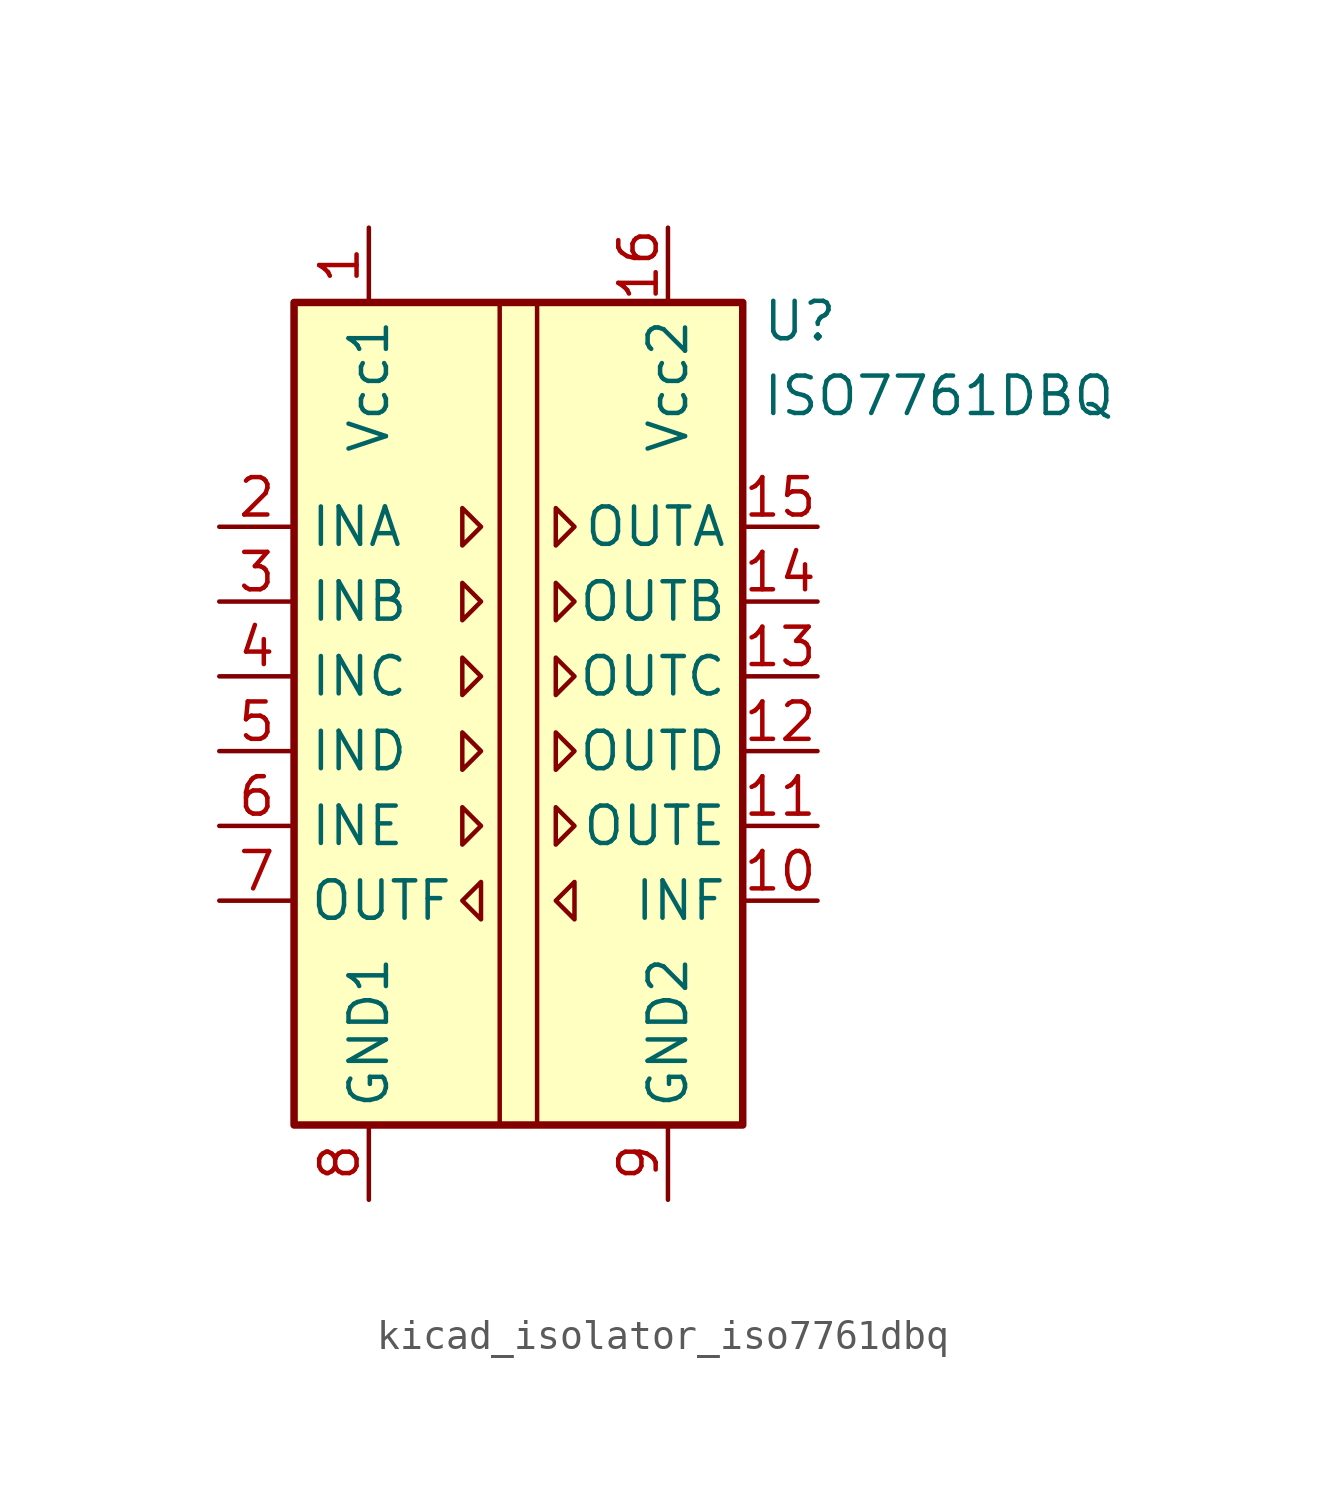
<source format=kicad_sym>
(kicad_symbol_lib
  (version 20220914)
  (generator kicad_symbol_editor)
  (symbol "kicad_isolator_iso7761dbq"
    (property "Reference" "U"
      (at 8.255 14.605 0)
      (effects (font (size 1.27 1.27)) (justify left)))
    (property "Value" "ISO7761DBQ"
      (at 8.255 12.065 0)
      (effects (font (size 1.27 1.27)) (justify left)))
    (symbol "kicad_isolator_iso7761dbq_0_1"
      (rectangle (start -7.62 15.24) (end 7.62 -12.7) (stroke (width 0.254) (type default)) (fill (type background)))
      (polyline (pts (xy -0.635 15.24) (xy -0.635 -12.7)) (stroke (width 0) (type default)) (fill (type none)))
      (polyline (pts (xy 0.635 15.24) (xy 0.635 -12.7)) (stroke (width 0) (type default)) (fill (type none)))
      (polyline (pts (xy -1.905 8.255) (xy -1.27 7.62) (xy -1.905 6.985) (xy -1.905 8.255)) (stroke (width 0) (type default)) (fill (type none)))
      (polyline (pts (xy 1.27 8.255) (xy 1.905 7.62) (xy 1.27 6.985) (xy 1.27 8.255)) (stroke (width 0) (type default)) (fill (type none))))
    (symbol "kicad_isolator_iso7761dbq_1_1"
      (polyline (pts (xy -1.905 -1.905) (xy -1.27 -2.54) (xy -1.905 -3.175) (xy -1.905 -1.905)) (stroke (width 0) (type default)) (fill (type none)))
      (polyline (pts (xy -1.905 0.635) (xy -1.27 0) (xy -1.905 -0.635) (xy -1.905 0.635)) (stroke (width 0) (type default)) (fill (type none)))
      (polyline (pts (xy -1.905 3.175) (xy -1.27 2.54) (xy -1.905 1.905) (xy -1.905 3.175)) (stroke (width 0) (type default)) (fill (type none)))
      (polyline (pts (xy -1.905 5.715) (xy -1.27 5.08) (xy -1.905 4.445) (xy -1.905 5.715)) (stroke (width 0) (type default)) (fill (type none)))
      (polyline (pts (xy -1.27 -4.445) (xy -1.905 -5.08) (xy -1.27 -5.715) (xy -1.27 -4.445)) (stroke (width 0) (type default)) (fill (type none)))
      (polyline (pts (xy 1.27 -1.905) (xy 1.905 -2.54) (xy 1.27 -3.175) (xy 1.27 -1.905)) (stroke (width 0) (type default)) (fill (type none)))
      (polyline (pts (xy 1.27 0.635) (xy 1.905 0) (xy 1.27 -0.635) (xy 1.27 0.635)) (stroke (width 0) (type default)) (fill (type none)))
      (polyline (pts (xy 1.27 3.175) (xy 1.905 2.54) (xy 1.27 1.905) (xy 1.27 3.175)) (stroke (width 0) (type default)) (fill (type none)))
      (polyline (pts (xy 1.27 5.715) (xy 1.905 5.08) (xy 1.27 4.445) (xy 1.27 5.715)) (stroke (width 0) (type default)) (fill (type none)))
      (polyline (pts (xy 1.905 -4.445) (xy 1.27 -5.08) (xy 1.905 -5.715) (xy 1.905 -4.445)) (stroke (width 0) (type default)) (fill (type none)))
      (pin power_in line (at -5.08 17.78 270) (length 2.54) (name "Vcc1" (effects (font (size 1.27 1.27)))) (number "1" (effects (font (size 1.27 1.27)))))
      (pin input line (at 10.16 -5.08 180) (length 2.54) (name "INF" (effects (font (size 1.27 1.27)))) (number "10" (effects (font (size 1.27 1.27)))))
      (pin output line (at 10.16 -2.54 180) (length 2.54) (name "OUTE" (effects (font (size 1.27 1.27)))) (number "11" (effects (font (size 1.27 1.27)))))
      (pin output line (at 10.16 0 180) (length 2.54) (name "OUTD" (effects (font (size 1.27 1.27)))) (number "12" (effects (font (size 1.27 1.27)))))
      (pin output line (at 10.16 2.54 180) (length 2.54) (name "OUTC" (effects (font (size 1.27 1.27)))) (number "13" (effects (font (size 1.27 1.27)))))
      (pin output line (at 10.16 5.08 180) (length 2.54) (name "OUTB" (effects (font (size 1.27 1.27)))) (number "14" (effects (font (size 1.27 1.27)))))
      (pin output line (at 10.16 7.62 180) (length 2.54) (name "OUTA" (effects (font (size 1.27 1.27)))) (number "15" (effects (font (size 1.27 1.27)))))
      (pin power_in line (at 5.08 17.78 270) (length 2.54) (name "Vcc2" (effects (font (size 1.27 1.27)))) (number "16" (effects (font (size 1.27 1.27)))))
      (pin input line (at -10.16 7.62 0) (length 2.54) (name "INA" (effects (font (size 1.27 1.27)))) (number "2" (effects (font (size 1.27 1.27)))))
      (pin input line (at -10.16 5.08 0) (length 2.54) (name "INB" (effects (font (size 1.27 1.27)))) (number "3" (effects (font (size 1.27 1.27)))))
      (pin input line (at -10.16 2.54 0) (length 2.54) (name "INC" (effects (font (size 1.27 1.27)))) (number "4" (effects (font (size 1.27 1.27)))))
      (pin input line (at -10.16 0 0) (length 2.54) (name "IND" (effects (font (size 1.27 1.27)))) (number "5" (effects (font (size 1.27 1.27)))))
      (pin input line (at -10.16 -2.54 0) (length 2.54) (name "INE" (effects (font (size 1.27 1.27)))) (number "6" (effects (font (size 1.27 1.27)))))
      (pin output line (at -10.16 -5.08 0) (length 2.54) (name "OUTF" (effects (font (size 1.27 1.27)))) (number "7" (effects (font (size 1.27 1.27)))))
      (pin power_in line (at -5.08 -15.24 90) (length 2.54) (name "GND1" (effects (font (size 1.27 1.27)))) (number "8" (effects (font (size 1.27 1.27)))))
      (pin power_in line (at 5.08 -15.24 90) (length 2.54) (name "GND2" (effects (font (size 1.27 1.27)))) (number "9" (effects (font (size 1.27 1.27))))))))
</source>
